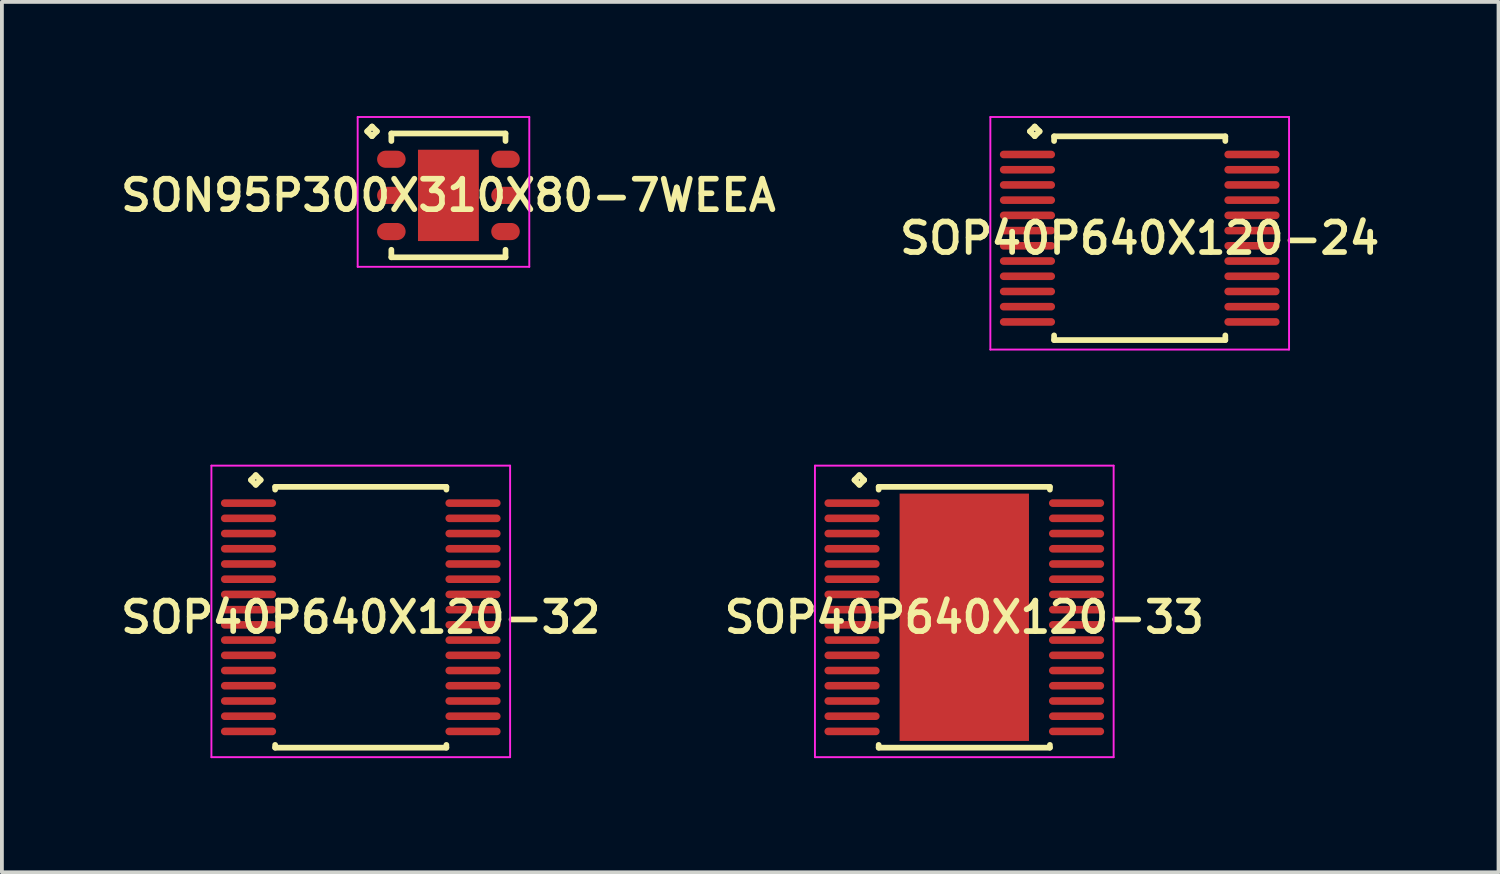
<source format=kicad_pcb>
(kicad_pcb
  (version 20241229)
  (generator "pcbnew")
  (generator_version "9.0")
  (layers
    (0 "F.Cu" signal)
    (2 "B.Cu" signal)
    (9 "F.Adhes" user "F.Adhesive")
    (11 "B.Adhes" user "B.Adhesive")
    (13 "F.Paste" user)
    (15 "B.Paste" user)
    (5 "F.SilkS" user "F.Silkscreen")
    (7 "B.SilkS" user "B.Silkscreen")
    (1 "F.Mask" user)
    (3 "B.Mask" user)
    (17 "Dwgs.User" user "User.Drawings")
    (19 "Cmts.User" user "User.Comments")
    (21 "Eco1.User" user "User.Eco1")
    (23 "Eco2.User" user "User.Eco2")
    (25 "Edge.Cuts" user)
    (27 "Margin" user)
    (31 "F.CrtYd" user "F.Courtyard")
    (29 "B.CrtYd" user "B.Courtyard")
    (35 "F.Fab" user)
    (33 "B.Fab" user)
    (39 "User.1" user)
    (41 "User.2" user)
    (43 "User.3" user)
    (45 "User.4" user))
  (footprint "SON95P300X310X80-7WEEA"
    (layer "F.Cu")
    (at 8.735 2.085)
    (property "Reference" "SON95P300X310X80-7WEEA" (at 0 0 0) (layer "F.SilkS") (effects (font (size 0.8 0.8) (thickness 0.15))))
    (attr smd)
    (fp_line (start -2.135 -1.683) (end -2.008 -1.81) (stroke (width 0.15) (type solid)) (layer "F.SilkS"))
    (fp_line (start -2.008 -1.81) (end -1.881 -1.683) (stroke (width 0.15) (type solid)) (layer "F.SilkS"))
    (fp_line (start -2.008 -1.556) (end -2.135 -1.683) (stroke (width 0.15) (type solid)) (layer "F.SilkS"))
    (fp_line (start -1.881 -1.683) (end -2.008 -1.556) (stroke (width 0.15) (type solid)) (layer "F.SilkS"))
    (fp_line (start -1.5 -1.627) (end 1.5 -1.627) (stroke (width 0.15) (type solid)) (layer "F.SilkS"))
    (fp_line (start -1.5 -1.429) (end -1.5 -1.627) (stroke (width 0.15) (type solid)) (layer "F.SilkS"))
    (fp_line (start -1.5 1.429) (end -1.5 1.627) (stroke (width 0.15) (type solid)) (layer "F.SilkS"))
    (fp_line (start -1.5 1.627) (end 1.5 1.627) (stroke (width 0.15) (type solid)) (layer "F.SilkS"))
    (fp_line (start 1.5 -1.627) (end 1.5 -1.429) (stroke (width 0.15) (type solid)) (layer "F.SilkS"))
    (fp_line (start 1.5 1.627) (end 1.5 1.429) (stroke (width 0.15) (type solid)) (layer "F.SilkS"))
    (fp_line (start -2.385 -2.06) (end 2.125 -2.06) (stroke (width 0.05) (type solid)) (layer "F.CrtYd"))
    (fp_line (start -2.385 1.877) (end -2.385 -2.06) (stroke (width 0.05) (type solid)) (layer "F.CrtYd"))
    (fp_line (start 2.125 -2.06) (end 2.125 1.877) (stroke (width 0.05) (type solid)) (layer "F.CrtYd"))
    (fp_line (start 2.125 1.877) (end -2.385 1.877) (stroke (width 0.05) (type solid)) (layer "F.CrtYd"))
    (pad "1" smd oval (at -1.5 -0.95) (size 0.75 0.45) (layers "F.Cu" "F.Mask" "F.Paste"))
    (pad "2" smd oval (at -1.5 0) (size 0.75 0.45) (layers "F.Cu" "F.Mask" "F.Paste"))
    (pad "3" smd oval (at -1.5 0.95) (size 0.75 0.45) (layers "F.Cu" "F.Mask" "F.Paste"))
    (pad "4" smd oval (at 1.5 0.95) (size 0.75 0.45) (layers "F.Cu" "F.Mask" "F.Paste"))
    (pad "5" smd oval (at 1.5 0) (size 0.75 0.45) (layers "F.Cu" "F.Mask" "F.Paste"))
    (pad "6" smd oval (at 1.5 -0.95) (size 0.75 0.45) (layers "F.Cu" "F.Mask" "F.Paste"))
    (pad "7" smd rect (at 0 0) (size 1.6 2.4) (layers "F.Cu" "F.Mask" "F.Paste")))
  (footprint "SOP40P640X120-33"
    (layer "F.Cu")
    (at 22.292 13.172)
    (property "Reference" "SOP40P640X120-33" (at 0 0 0) (layer "F.SilkS") (effects (font (size 0.8 0.8) (thickness 0.15))))
    (attr smd)
    (fp_line (start -2.885 -3.608) (end -2.758 -3.735) (stroke (width 0.15) (type solid)) (layer "F.SilkS"))
    (fp_line (start -2.758 -3.735) (end -2.631 -3.608) (stroke (width 0.15) (type solid)) (layer "F.SilkS"))
    (fp_line (start -2.758 -3.481) (end -2.885 -3.608) (stroke (width 0.15) (type solid)) (layer "F.SilkS"))
    (fp_line (start -2.631 -3.608) (end -2.758 -3.481) (stroke (width 0.15) (type solid)) (layer "F.SilkS"))
    (fp_line (start -2.25 -3.427) (end 2.25 -3.427) (stroke (width 0.15) (type solid)) (layer "F.SilkS"))
    (fp_line (start -2.25 -3.354) (end -2.25 -3.427) (stroke (width 0.15) (type solid)) (layer "F.SilkS"))
    (fp_line (start -2.25 3.354) (end -2.25 3.427) (stroke (width 0.15) (type solid)) (layer "F.SilkS"))
    (fp_line (start -2.25 3.427) (end 2.25 3.427) (stroke (width 0.15) (type solid)) (layer "F.SilkS"))
    (fp_line (start 2.25 -3.427) (end 2.25 -3.354) (stroke (width 0.15) (type solid)) (layer "F.SilkS"))
    (fp_line (start 2.25 3.427) (end 2.25 3.354) (stroke (width 0.15) (type solid)) (layer "F.SilkS"))
    (fp_line (start -3.925 -3.985) (end 3.925 -3.985) (stroke (width 0.05) (type solid)) (layer "F.CrtYd"))
    (fp_line (start -3.925 3.677) (end -3.925 -3.985) (stroke (width 0.05) (type solid)) (layer "F.CrtYd"))
    (fp_line (start 3.925 -3.985) (end 3.925 3.677) (stroke (width 0.05) (type solid)) (layer "F.CrtYd"))
    (fp_line (start 3.925 3.677) (end -3.925 3.677) (stroke (width 0.05) (type solid)) (layer "F.CrtYd"))
    (pad "1" smd oval (at -2.95 -3) (size 1.45 0.2) (layers "F.Cu" "F.Mask" "F.Paste"))
    (pad "2" smd oval (at -2.95 -2.6) (size 1.45 0.2) (layers "F.Cu" "F.Mask" "F.Paste"))
    (pad "3" smd oval (at -2.95 -2.2) (size 1.45 0.2) (layers "F.Cu" "F.Mask" "F.Paste"))
    (pad "4" smd oval (at -2.95 -1.8) (size 1.45 0.2) (layers "F.Cu" "F.Mask" "F.Paste"))
    (pad "5" smd oval (at -2.95 -1.4) (size 1.45 0.2) (layers "F.Cu" "F.Mask" "F.Paste"))
    (pad "6" smd oval (at -2.95 -1) (size 1.45 0.2) (layers "F.Cu" "F.Mask" "F.Paste"))
    (pad "7" smd oval (at -2.95 -0.6) (size 1.45 0.2) (layers "F.Cu" "F.Mask" "F.Paste"))
    (pad "8" smd oval (at -2.95 -0.2) (size 1.45 0.2) (layers "F.Cu" "F.Mask" "F.Paste"))
    (pad "9" smd oval (at -2.95 0.2) (size 1.45 0.2) (layers "F.Cu" "F.Mask" "F.Paste"))
    (pad "10" smd oval (at -2.95 0.6) (size 1.45 0.2) (layers "F.Cu" "F.Mask" "F.Paste"))
    (pad "11" smd oval (at -2.95 1) (size 1.45 0.2) (layers "F.Cu" "F.Mask" "F.Paste"))
    (pad "12" smd oval (at -2.95 1.4) (size 1.45 0.2) (layers "F.Cu" "F.Mask" "F.Paste"))
    (pad "13" smd oval (at -2.95 1.8) (size 1.45 0.2) (layers "F.Cu" "F.Mask" "F.Paste"))
    (pad "14" smd oval (at -2.95 2.2) (size 1.45 0.2) (layers "F.Cu" "F.Mask" "F.Paste"))
    (pad "15" smd oval (at -2.95 2.6) (size 1.45 0.2) (layers "F.Cu" "F.Mask" "F.Paste"))
    (pad "16" smd oval (at -2.95 3) (size 1.45 0.2) (layers "F.Cu" "F.Mask" "F.Paste"))
    (pad "17" smd oval (at 2.95 3) (size 1.45 0.2) (layers "F.Cu" "F.Mask" "F.Paste"))
    (pad "18" smd oval (at 2.95 2.6) (size 1.45 0.2) (layers "F.Cu" "F.Mask" "F.Paste"))
    (pad "19" smd oval (at 2.95 2.2) (size 1.45 0.2) (layers "F.Cu" "F.Mask" "F.Paste"))
    (pad "20" smd oval (at 2.95 1.8) (size 1.45 0.2) (layers "F.Cu" "F.Mask" "F.Paste"))
    (pad "21" smd oval (at 2.95 1.4) (size 1.45 0.2) (layers "F.Cu" "F.Mask" "F.Paste"))
    (pad "22" smd oval (at 2.95 1) (size 1.45 0.2) (layers "F.Cu" "F.Mask" "F.Paste"))
    (pad "23" smd oval (at 2.95 0.6) (size 1.45 0.2) (layers "F.Cu" "F.Mask" "F.Paste"))
    (pad "24" smd oval (at 2.95 0.2) (size 1.45 0.2) (layers "F.Cu" "F.Mask" "F.Paste"))
    (pad "25" smd oval (at 2.95 -0.2) (size 1.45 0.2) (layers "F.Cu" "F.Mask" "F.Paste"))
    (pad "26" smd oval (at 2.95 -0.6) (size 1.45 0.2) (layers "F.Cu" "F.Mask" "F.Paste"))
    (pad "27" smd oval (at 2.95 -1) (size 1.45 0.2) (layers "F.Cu" "F.Mask" "F.Paste"))
    (pad "28" smd oval (at 2.95 -1.4) (size 1.45 0.2) (layers "F.Cu" "F.Mask" "F.Paste"))
    (pad "29" smd oval (at 2.95 -1.8) (size 1.45 0.2) (layers "F.Cu" "F.Mask" "F.Paste"))
    (pad "30" smd oval (at 2.95 -2.2) (size 1.45 0.2) (layers "F.Cu" "F.Mask" "F.Paste"))
    (pad "31" smd oval (at 2.95 -2.6) (size 1.45 0.2) (layers "F.Cu" "F.Mask" "F.Paste"))
    (pad "32" smd oval (at 2.95 -3) (size 1.45 0.2) (layers "F.Cu" "F.Mask" "F.Paste"))
    (pad "33" smd rect (at 0 0) (size 3.4 6.5) (layers "F.Cu" "F.Mask" "F.Paste")))
  (footprint "SOP40P640X120-32"
    (layer "F.Cu")
    (at 6.431 13.172)
    (property "Reference" "SOP40P640X120-32" (at 0 0 0) (layer "F.SilkS") (effects (font (size 0.8 0.8) (thickness 0.15))))
    (attr smd)
    (fp_line (start -2.885 -3.608) (end -2.758 -3.735) (stroke (width 0.15) (type solid)) (layer "F.SilkS"))
    (fp_line (start -2.758 -3.735) (end -2.631 -3.608) (stroke (width 0.15) (type solid)) (layer "F.SilkS"))
    (fp_line (start -2.758 -3.481) (end -2.885 -3.608) (stroke (width 0.15) (type solid)) (layer "F.SilkS"))
    (fp_line (start -2.631 -3.608) (end -2.758 -3.481) (stroke (width 0.15) (type solid)) (layer "F.SilkS"))
    (fp_line (start -2.25 -3.427) (end 2.25 -3.427) (stroke (width 0.15) (type solid)) (layer "F.SilkS"))
    (fp_line (start -2.25 -3.354) (end -2.25 -3.427) (stroke (width 0.15) (type solid)) (layer "F.SilkS"))
    (fp_line (start -2.25 3.354) (end -2.25 3.427) (stroke (width 0.15) (type solid)) (layer "F.SilkS"))
    (fp_line (start -2.25 3.427) (end 2.25 3.427) (stroke (width 0.15) (type solid)) (layer "F.SilkS"))
    (fp_line (start 2.25 -3.427) (end 2.25 -3.354) (stroke (width 0.15) (type solid)) (layer "F.SilkS"))
    (fp_line (start 2.25 3.427) (end 2.25 3.354) (stroke (width 0.15) (type solid)) (layer "F.SilkS"))
    (fp_line (start -3.925 -3.985) (end 3.925 -3.985) (stroke (width 0.05) (type solid)) (layer "F.CrtYd"))
    (fp_line (start -3.925 3.677) (end -3.925 -3.985) (stroke (width 0.05) (type solid)) (layer "F.CrtYd"))
    (fp_line (start 3.925 -3.985) (end 3.925 3.677) (stroke (width 0.05) (type solid)) (layer "F.CrtYd"))
    (fp_line (start 3.925 3.677) (end -3.925 3.677) (stroke (width 0.05) (type solid)) (layer "F.CrtYd"))
    (pad "1" smd oval (at -2.95 -3) (size 1.45 0.2) (layers "F.Cu" "F.Mask" "F.Paste"))
    (pad "2" smd oval (at -2.95 -2.6) (size 1.45 0.2) (layers "F.Cu" "F.Mask" "F.Paste"))
    (pad "3" smd oval (at -2.95 -2.2) (size 1.45 0.2) (layers "F.Cu" "F.Mask" "F.Paste"))
    (pad "4" smd oval (at -2.95 -1.8) (size 1.45 0.2) (layers "F.Cu" "F.Mask" "F.Paste"))
    (pad "5" smd oval (at -2.95 -1.4) (size 1.45 0.2) (layers "F.Cu" "F.Mask" "F.Paste"))
    (pad "6" smd oval (at -2.95 -1) (size 1.45 0.2) (layers "F.Cu" "F.Mask" "F.Paste"))
    (pad "7" smd oval (at -2.95 -0.6) (size 1.45 0.2) (layers "F.Cu" "F.Mask" "F.Paste"))
    (pad "8" smd oval (at -2.95 -0.2) (size 1.45 0.2) (layers "F.Cu" "F.Mask" "F.Paste"))
    (pad "9" smd oval (at -2.95 0.2) (size 1.45 0.2) (layers "F.Cu" "F.Mask" "F.Paste"))
    (pad "10" smd oval (at -2.95 0.6) (size 1.45 0.2) (layers "F.Cu" "F.Mask" "F.Paste"))
    (pad "11" smd oval (at -2.95 1) (size 1.45 0.2) (layers "F.Cu" "F.Mask" "F.Paste"))
    (pad "12" smd oval (at -2.95 1.4) (size 1.45 0.2) (layers "F.Cu" "F.Mask" "F.Paste"))
    (pad "13" smd oval (at -2.95 1.8) (size 1.45 0.2) (layers "F.Cu" "F.Mask" "F.Paste"))
    (pad "14" smd oval (at -2.95 2.2) (size 1.45 0.2) (layers "F.Cu" "F.Mask" "F.Paste"))
    (pad "15" smd oval (at -2.95 2.6) (size 1.45 0.2) (layers "F.Cu" "F.Mask" "F.Paste"))
    (pad "16" smd oval (at -2.95 3) (size 1.45 0.2) (layers "F.Cu" "F.Mask" "F.Paste"))
    (pad "17" smd oval (at 2.95 3) (size 1.45 0.2) (layers "F.Cu" "F.Mask" "F.Paste"))
    (pad "18" smd oval (at 2.95 2.6) (size 1.45 0.2) (layers "F.Cu" "F.Mask" "F.Paste"))
    (pad "19" smd oval (at 2.95 2.2) (size 1.45 0.2) (layers "F.Cu" "F.Mask" "F.Paste"))
    (pad "20" smd oval (at 2.95 1.8) (size 1.45 0.2) (layers "F.Cu" "F.Mask" "F.Paste"))
    (pad "21" smd oval (at 2.95 1.4) (size 1.45 0.2) (layers "F.Cu" "F.Mask" "F.Paste"))
    (pad "22" smd oval (at 2.95 1) (size 1.45 0.2) (layers "F.Cu" "F.Mask" "F.Paste"))
    (pad "23" smd oval (at 2.95 0.6) (size 1.45 0.2) (layers "F.Cu" "F.Mask" "F.Paste"))
    (pad "24" smd oval (at 2.95 0.2) (size 1.45 0.2) (layers "F.Cu" "F.Mask" "F.Paste"))
    (pad "25" smd oval (at 2.95 -0.2) (size 1.45 0.2) (layers "F.Cu" "F.Mask" "F.Paste"))
    (pad "26" smd oval (at 2.95 -0.6) (size 1.45 0.2) (layers "F.Cu" "F.Mask" "F.Paste"))
    (pad "27" smd oval (at 2.95 -1) (size 1.45 0.2) (layers "F.Cu" "F.Mask" "F.Paste"))
    (pad "28" smd oval (at 2.95 -1.4) (size 1.45 0.2) (layers "F.Cu" "F.Mask" "F.Paste"))
    (pad "29" smd oval (at 2.95 -1.8) (size 1.45 0.2) (layers "F.Cu" "F.Mask" "F.Paste"))
    (pad "30" smd oval (at 2.95 -2.2) (size 1.45 0.2) (layers "F.Cu" "F.Mask" "F.Paste"))
    (pad "31" smd oval (at 2.95 -2.6) (size 1.45 0.2) (layers "F.Cu" "F.Mask" "F.Paste"))
    (pad "32" smd oval (at 2.95 -3) (size 1.45 0.2) (layers "F.Cu" "F.Mask" "F.Paste")))
  (footprint "SOP40P640X120-24"
    (layer "F.Cu")
    (at 26.902 3.21)
    (property "Reference" "SOP40P640X120-24" (at 0 0 0) (layer "F.SilkS") (effects (font (size 0.8 0.8) (thickness 0.15))))
    (attr smd)
    (fp_line (start -2.885 -2.808) (end -2.758 -2.935) (stroke (width 0.15) (type solid)) (layer "F.SilkS"))
    (fp_line (start -2.758 -2.935) (end -2.631 -2.808) (stroke (width 0.15) (type solid)) (layer "F.SilkS"))
    (fp_line (start -2.758 -2.681) (end -2.885 -2.808) (stroke (width 0.15) (type solid)) (layer "F.SilkS"))
    (fp_line (start -2.631 -2.808) (end -2.758 -2.681) (stroke (width 0.15) (type solid)) (layer "F.SilkS"))
    (fp_line (start -2.25 -2.677) (end 2.25 -2.677) (stroke (width 0.15) (type solid)) (layer "F.SilkS"))
    (fp_line (start -2.25 -2.554) (end -2.25 -2.677) (stroke (width 0.15) (type solid)) (layer "F.SilkS"))
    (fp_line (start -2.25 2.554) (end -2.25 2.677) (stroke (width 0.15) (type solid)) (layer "F.SilkS"))
    (fp_line (start -2.25 2.677) (end 2.25 2.677) (stroke (width 0.15) (type solid)) (layer "F.SilkS"))
    (fp_line (start 2.25 -2.677) (end 2.25 -2.554) (stroke (width 0.15) (type solid)) (layer "F.SilkS"))
    (fp_line (start 2.25 2.677) (end 2.25 2.554) (stroke (width 0.15) (type solid)) (layer "F.SilkS"))
    (fp_line (start -3.925 -3.185) (end 3.925 -3.185) (stroke (width 0.05) (type solid)) (layer "F.CrtYd"))
    (fp_line (start -3.925 2.927) (end -3.925 -3.185) (stroke (width 0.05) (type solid)) (layer "F.CrtYd"))
    (fp_line (start 3.925 -3.185) (end 3.925 2.927) (stroke (width 0.05) (type solid)) (layer "F.CrtYd"))
    (fp_line (start 3.925 2.927) (end -3.925 2.927) (stroke (width 0.05) (type solid)) (layer "F.CrtYd"))
    (pad "1" smd oval (at -2.95 -2.2) (size 1.45 0.2) (layers "F.Cu" "F.Mask" "F.Paste"))
    (pad "2" smd oval (at -2.95 -1.8) (size 1.45 0.2) (layers "F.Cu" "F.Mask" "F.Paste"))
    (pad "3" smd oval (at -2.95 -1.4) (size 1.45 0.2) (layers "F.Cu" "F.Mask" "F.Paste"))
    (pad "4" smd oval (at -2.95 -1) (size 1.45 0.2) (layers "F.Cu" "F.Mask" "F.Paste"))
    (pad "5" smd oval (at -2.95 -0.6) (size 1.45 0.2) (layers "F.Cu" "F.Mask" "F.Paste"))
    (pad "6" smd oval (at -2.95 -0.2) (size 1.45 0.2) (layers "F.Cu" "F.Mask" "F.Paste"))
    (pad "7" smd oval (at -2.95 0.2) (size 1.45 0.2) (layers "F.Cu" "F.Mask" "F.Paste"))
    (pad "8" smd oval (at -2.95 0.6) (size 1.45 0.2) (layers "F.Cu" "F.Mask" "F.Paste"))
    (pad "9" smd oval (at -2.95 1) (size 1.45 0.2) (layers "F.Cu" "F.Mask" "F.Paste"))
    (pad "10" smd oval (at -2.95 1.4) (size 1.45 0.2) (layers "F.Cu" "F.Mask" "F.Paste"))
    (pad "11" smd oval (at -2.95 1.8) (size 1.45 0.2) (layers "F.Cu" "F.Mask" "F.Paste"))
    (pad "12" smd oval (at -2.95 2.2) (size 1.45 0.2) (layers "F.Cu" "F.Mask" "F.Paste"))
    (pad "13" smd oval (at 2.95 2.2) (size 1.45 0.2) (layers "F.Cu" "F.Mask" "F.Paste"))
    (pad "14" smd oval (at 2.95 1.8) (size 1.45 0.2) (layers "F.Cu" "F.Mask" "F.Paste"))
    (pad "15" smd oval (at 2.95 1.4) (size 1.45 0.2) (layers "F.Cu" "F.Mask" "F.Paste"))
    (pad "16" smd oval (at 2.95 1) (size 1.45 0.2) (layers "F.Cu" "F.Mask" "F.Paste"))
    (pad "17" smd oval (at 2.95 0.6) (size 1.45 0.2) (layers "F.Cu" "F.Mask" "F.Paste"))
    (pad "18" smd oval (at 2.95 0.2) (size 1.45 0.2) (layers "F.Cu" "F.Mask" "F.Paste"))
    (pad "19" smd oval (at 2.95 -0.2) (size 1.45 0.2) (layers "F.Cu" "F.Mask" "F.Paste"))
    (pad "20" smd oval (at 2.95 -0.6) (size 1.45 0.2) (layers "F.Cu" "F.Mask" "F.Paste"))
    (pad "21" smd oval (at 2.95 -1) (size 1.45 0.2) (layers "F.Cu" "F.Mask" "F.Paste"))
    (pad "22" smd oval (at 2.95 -1.4) (size 1.45 0.2) (layers "F.Cu" "F.Mask" "F.Paste"))
    (pad "23" smd oval (at 2.95 -1.8) (size 1.45 0.2) (layers "F.Cu" "F.Mask" "F.Paste"))
    (pad "24" smd oval (at 2.95 -2.2) (size 1.45 0.2) (layers "F.Cu" "F.Mask" "F.Paste")))
  (gr_rect
    (start -3 -3)
    (end 36.332 19.874)
    (stroke (width 0.1) (type default))
    (fill no)
    (layer "Edge.Cuts")))
</source>
